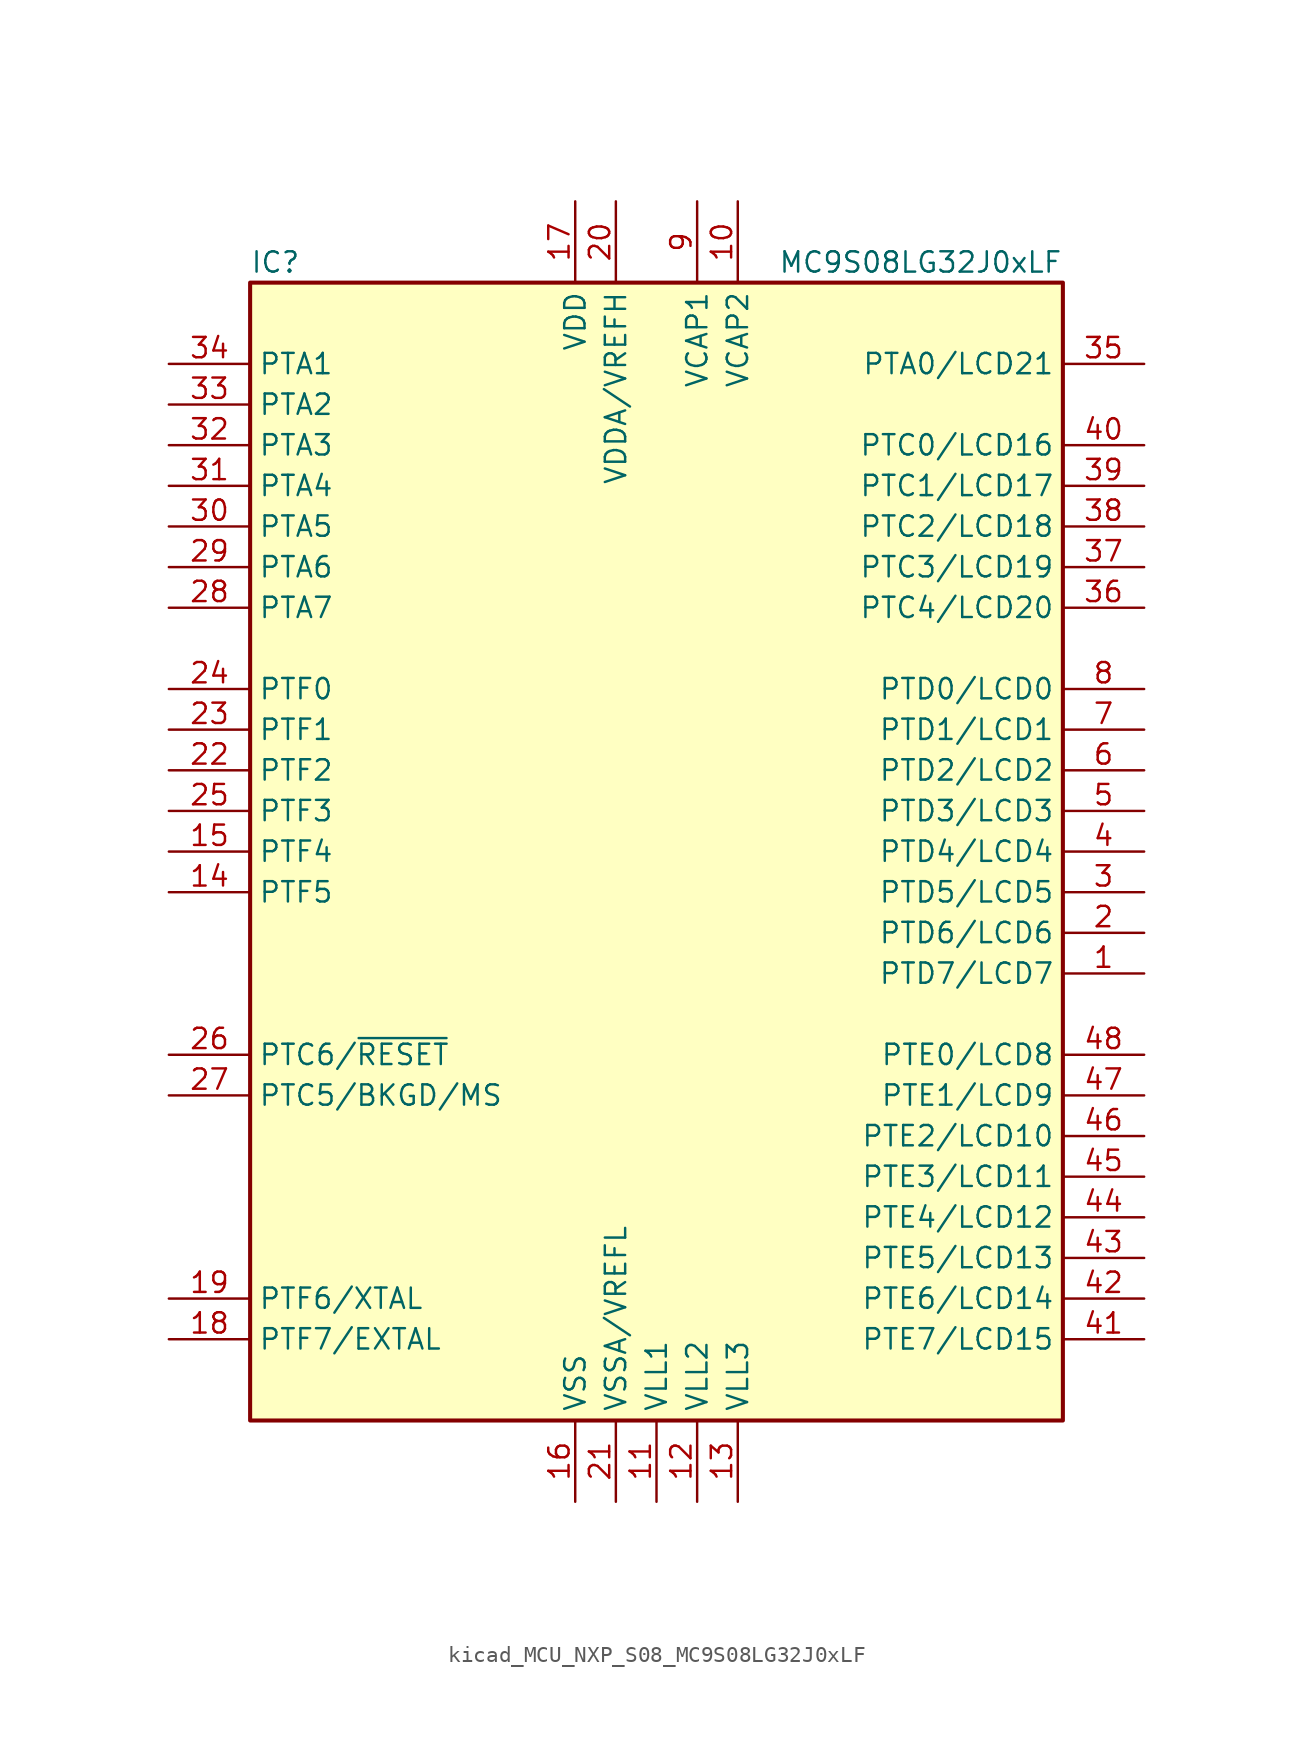
<source format=kicad_sym>
(kicad_symbol_lib
  (version 20220914)
  (generator kicad_symbol_editor)
  (symbol "kicad_MCU_NXP_S08_MC9S08LG32J0xLF"
    (property "Reference" "IC"
      (at -25.4 36.83 0)
      (effects (font (size 1.27 1.27)) (justify left)))
    (property "Value" "MC9S08LG32J0xLF"
      (at 25.4 36.83 0)
      (effects (font (size 1.27 1.27)) (justify right)))
    (symbol "kicad_MCU_NXP_S08_MC9S08LG32J0xLF_0_1"
      (rectangle (start -25.4 35.56) (end 25.4 -35.56) (stroke (width 0.254) (type default)) (fill (type background))))
    (symbol "kicad_MCU_NXP_S08_MC9S08LG32J0xLF_1_1"
      (pin bidirectional line (at 30.48 -7.62 180) (length 5.08) (name "PTD7/LCD7" (effects (font (size 1.27 1.27)))) (number "1" (effects (font (size 1.27 1.27)))))
      (pin power_in line (at 5.08 40.64 270) (length 5.08) (name "VCAP2" (effects (font (size 1.27 1.27)))) (number "10" (effects (font (size 1.27 1.27)))))
      (pin power_in line (at 0 -40.64 90) (length 5.08) (name "VLL1" (effects (font (size 1.27 1.27)))) (number "11" (effects (font (size 1.27 1.27)))))
      (pin power_in line (at 2.54 -40.64 90) (length 5.08) (name "VLL2" (effects (font (size 1.27 1.27)))) (number "12" (effects (font (size 1.27 1.27)))))
      (pin power_in line (at 5.08 -40.64 90) (length 5.08) (name "VLL3" (effects (font (size 1.27 1.27)))) (number "13" (effects (font (size 1.27 1.27)))))
      (pin bidirectional line (at -30.48 -2.54 0) (length 5.08) (name "PTF5" (effects (font (size 1.27 1.27)))) (number "14" (effects (font (size 1.27 1.27)))))
      (pin bidirectional line (at -30.48 0 0) (length 5.08) (name "PTF4" (effects (font (size 1.27 1.27)))) (number "15" (effects (font (size 1.27 1.27)))))
      (pin power_in line (at -5.08 -40.64 90) (length 5.08) (name "VSS" (effects (font (size 1.27 1.27)))) (number "16" (effects (font (size 1.27 1.27)))))
      (pin power_in line (at -5.08 40.64 270) (length 5.08) (name "VDD" (effects (font (size 1.27 1.27)))) (number "17" (effects (font (size 1.27 1.27)))))
      (pin bidirectional line (at -30.48 -30.48 0) (length 5.08) (name "PTF7/EXTAL" (effects (font (size 1.27 1.27)))) (number "18" (effects (font (size 1.27 1.27)))))
      (pin bidirectional line (at -30.48 -27.94 0) (length 5.08) (name "PTF6/XTAL" (effects (font (size 1.27 1.27)))) (number "19" (effects (font (size 1.27 1.27)))))
      (pin bidirectional line (at 30.48 -5.08 180) (length 5.08) (name "PTD6/LCD6" (effects (font (size 1.27 1.27)))) (number "2" (effects (font (size 1.27 1.27)))))
      (pin power_in line (at -2.54 40.64 270) (length 5.08) (name "VDDA/VREFH" (effects (font (size 1.27 1.27)))) (number "20" (effects (font (size 1.27 1.27)))))
      (pin power_in line (at -2.54 -40.64 90) (length 5.08) (name "VSSA/VREFL" (effects (font (size 1.27 1.27)))) (number "21" (effects (font (size 1.27 1.27)))))
      (pin bidirectional line (at -30.48 5.08 0) (length 5.08) (name "PTF2" (effects (font (size 1.27 1.27)))) (number "22" (effects (font (size 1.27 1.27)))))
      (pin bidirectional line (at -30.48 7.62 0) (length 5.08) (name "PTF1" (effects (font (size 1.27 1.27)))) (number "23" (effects (font (size 1.27 1.27)))))
      (pin bidirectional line (at -30.48 10.16 0) (length 5.08) (name "PTF0" (effects (font (size 1.27 1.27)))) (number "24" (effects (font (size 1.27 1.27)))))
      (pin bidirectional line (at -30.48 2.54 0) (length 5.08) (name "PTF3" (effects (font (size 1.27 1.27)))) (number "25" (effects (font (size 1.27 1.27)))))
      (pin bidirectional line (at -30.48 -12.7 0) (length 5.08) (name "PTC6/~{RESET}" (effects (font (size 1.27 1.27)))) (number "26" (effects (font (size 1.27 1.27)))))
      (pin bidirectional line (at -30.48 -15.24 0) (length 5.08) (name "PTC5/BKGD/MS" (effects (font (size 1.27 1.27)))) (number "27" (effects (font (size 1.27 1.27)))))
      (pin bidirectional line (at -30.48 15.24 0) (length 5.08) (name "PTA7" (effects (font (size 1.27 1.27)))) (number "28" (effects (font (size 1.27 1.27)))))
      (pin bidirectional line (at -30.48 17.78 0) (length 5.08) (name "PTA6" (effects (font (size 1.27 1.27)))) (number "29" (effects (font (size 1.27 1.27)))))
      (pin bidirectional line (at 30.48 -2.54 180) (length 5.08) (name "PTD5/LCD5" (effects (font (size 1.27 1.27)))) (number "3" (effects (font (size 1.27 1.27)))))
      (pin bidirectional line (at -30.48 20.32 0) (length 5.08) (name "PTA5" (effects (font (size 1.27 1.27)))) (number "30" (effects (font (size 1.27 1.27)))))
      (pin bidirectional line (at -30.48 22.86 0) (length 5.08) (name "PTA4" (effects (font (size 1.27 1.27)))) (number "31" (effects (font (size 1.27 1.27)))))
      (pin bidirectional line (at -30.48 25.4 0) (length 5.08) (name "PTA3" (effects (font (size 1.27 1.27)))) (number "32" (effects (font (size 1.27 1.27)))))
      (pin bidirectional line (at -30.48 27.94 0) (length 5.08) (name "PTA2" (effects (font (size 1.27 1.27)))) (number "33" (effects (font (size 1.27 1.27)))))
      (pin bidirectional line (at -30.48 30.48 0) (length 5.08) (name "PTA1" (effects (font (size 1.27 1.27)))) (number "34" (effects (font (size 1.27 1.27)))))
      (pin bidirectional line (at 30.48 30.48 180) (length 5.08) (name "PTA0/LCD21" (effects (font (size 1.27 1.27)))) (number "35" (effects (font (size 1.27 1.27)))))
      (pin bidirectional line (at 30.48 15.24 180) (length 5.08) (name "PTC4/LCD20" (effects (font (size 1.27 1.27)))) (number "36" (effects (font (size 1.27 1.27)))))
      (pin bidirectional line (at 30.48 17.78 180) (length 5.08) (name "PTC3/LCD19" (effects (font (size 1.27 1.27)))) (number "37" (effects (font (size 1.27 1.27)))))
      (pin bidirectional line (at 30.48 20.32 180) (length 5.08) (name "PTC2/LCD18" (effects (font (size 1.27 1.27)))) (number "38" (effects (font (size 1.27 1.27)))))
      (pin bidirectional line (at 30.48 22.86 180) (length 5.08) (name "PTC1/LCD17" (effects (font (size 1.27 1.27)))) (number "39" (effects (font (size 1.27 1.27)))))
      (pin bidirectional line (at 30.48 0 180) (length 5.08) (name "PTD4/LCD4" (effects (font (size 1.27 1.27)))) (number "4" (effects (font (size 1.27 1.27)))))
      (pin bidirectional line (at 30.48 25.4 180) (length 5.08) (name "PTC0/LCD16" (effects (font (size 1.27 1.27)))) (number "40" (effects (font (size 1.27 1.27)))))
      (pin bidirectional line (at 30.48 -30.48 180) (length 5.08) (name "PTE7/LCD15" (effects (font (size 1.27 1.27)))) (number "41" (effects (font (size 1.27 1.27)))))
      (pin bidirectional line (at 30.48 -27.94 180) (length 5.08) (name "PTE6/LCD14" (effects (font (size 1.27 1.27)))) (number "42" (effects (font (size 1.27 1.27)))))
      (pin bidirectional line (at 30.48 -25.4 180) (length 5.08) (name "PTE5/LCD13" (effects (font (size 1.27 1.27)))) (number "43" (effects (font (size 1.27 1.27)))))
      (pin bidirectional line (at 30.48 -22.86 180) (length 5.08) (name "PTE4/LCD12" (effects (font (size 1.27 1.27)))) (number "44" (effects (font (size 1.27 1.27)))))
      (pin bidirectional line (at 30.48 -20.32 180) (length 5.08) (name "PTE3/LCD11" (effects (font (size 1.27 1.27)))) (number "45" (effects (font (size 1.27 1.27)))))
      (pin bidirectional line (at 30.48 -17.78 180) (length 5.08) (name "PTE2/LCD10" (effects (font (size 1.27 1.27)))) (number "46" (effects (font (size 1.27 1.27)))))
      (pin bidirectional line (at 30.48 -15.24 180) (length 5.08) (name "PTE1/LCD9" (effects (font (size 1.27 1.27)))) (number "47" (effects (font (size 1.27 1.27)))))
      (pin bidirectional line (at 30.48 -12.7 180) (length 5.08) (name "PTE0/LCD8" (effects (font (size 1.27 1.27)))) (number "48" (effects (font (size 1.27 1.27)))))
      (pin bidirectional line (at 30.48 2.54 180) (length 5.08) (name "PTD3/LCD3" (effects (font (size 1.27 1.27)))) (number "5" (effects (font (size 1.27 1.27)))))
      (pin bidirectional line (at 30.48 5.08 180) (length 5.08) (name "PTD2/LCD2" (effects (font (size 1.27 1.27)))) (number "6" (effects (font (size 1.27 1.27)))))
      (pin bidirectional line (at 30.48 7.62 180) (length 5.08) (name "PTD1/LCD1" (effects (font (size 1.27 1.27)))) (number "7" (effects (font (size 1.27 1.27)))))
      (pin bidirectional line (at 30.48 10.16 180) (length 5.08) (name "PTD0/LCD0" (effects (font (size 1.27 1.27)))) (number "8" (effects (font (size 1.27 1.27)))))
      (pin power_in line (at 2.54 40.64 270) (length 5.08) (name "VCAP1" (effects (font (size 1.27 1.27)))) (number "9" (effects (font (size 1.27 1.27))))))))
</source>
